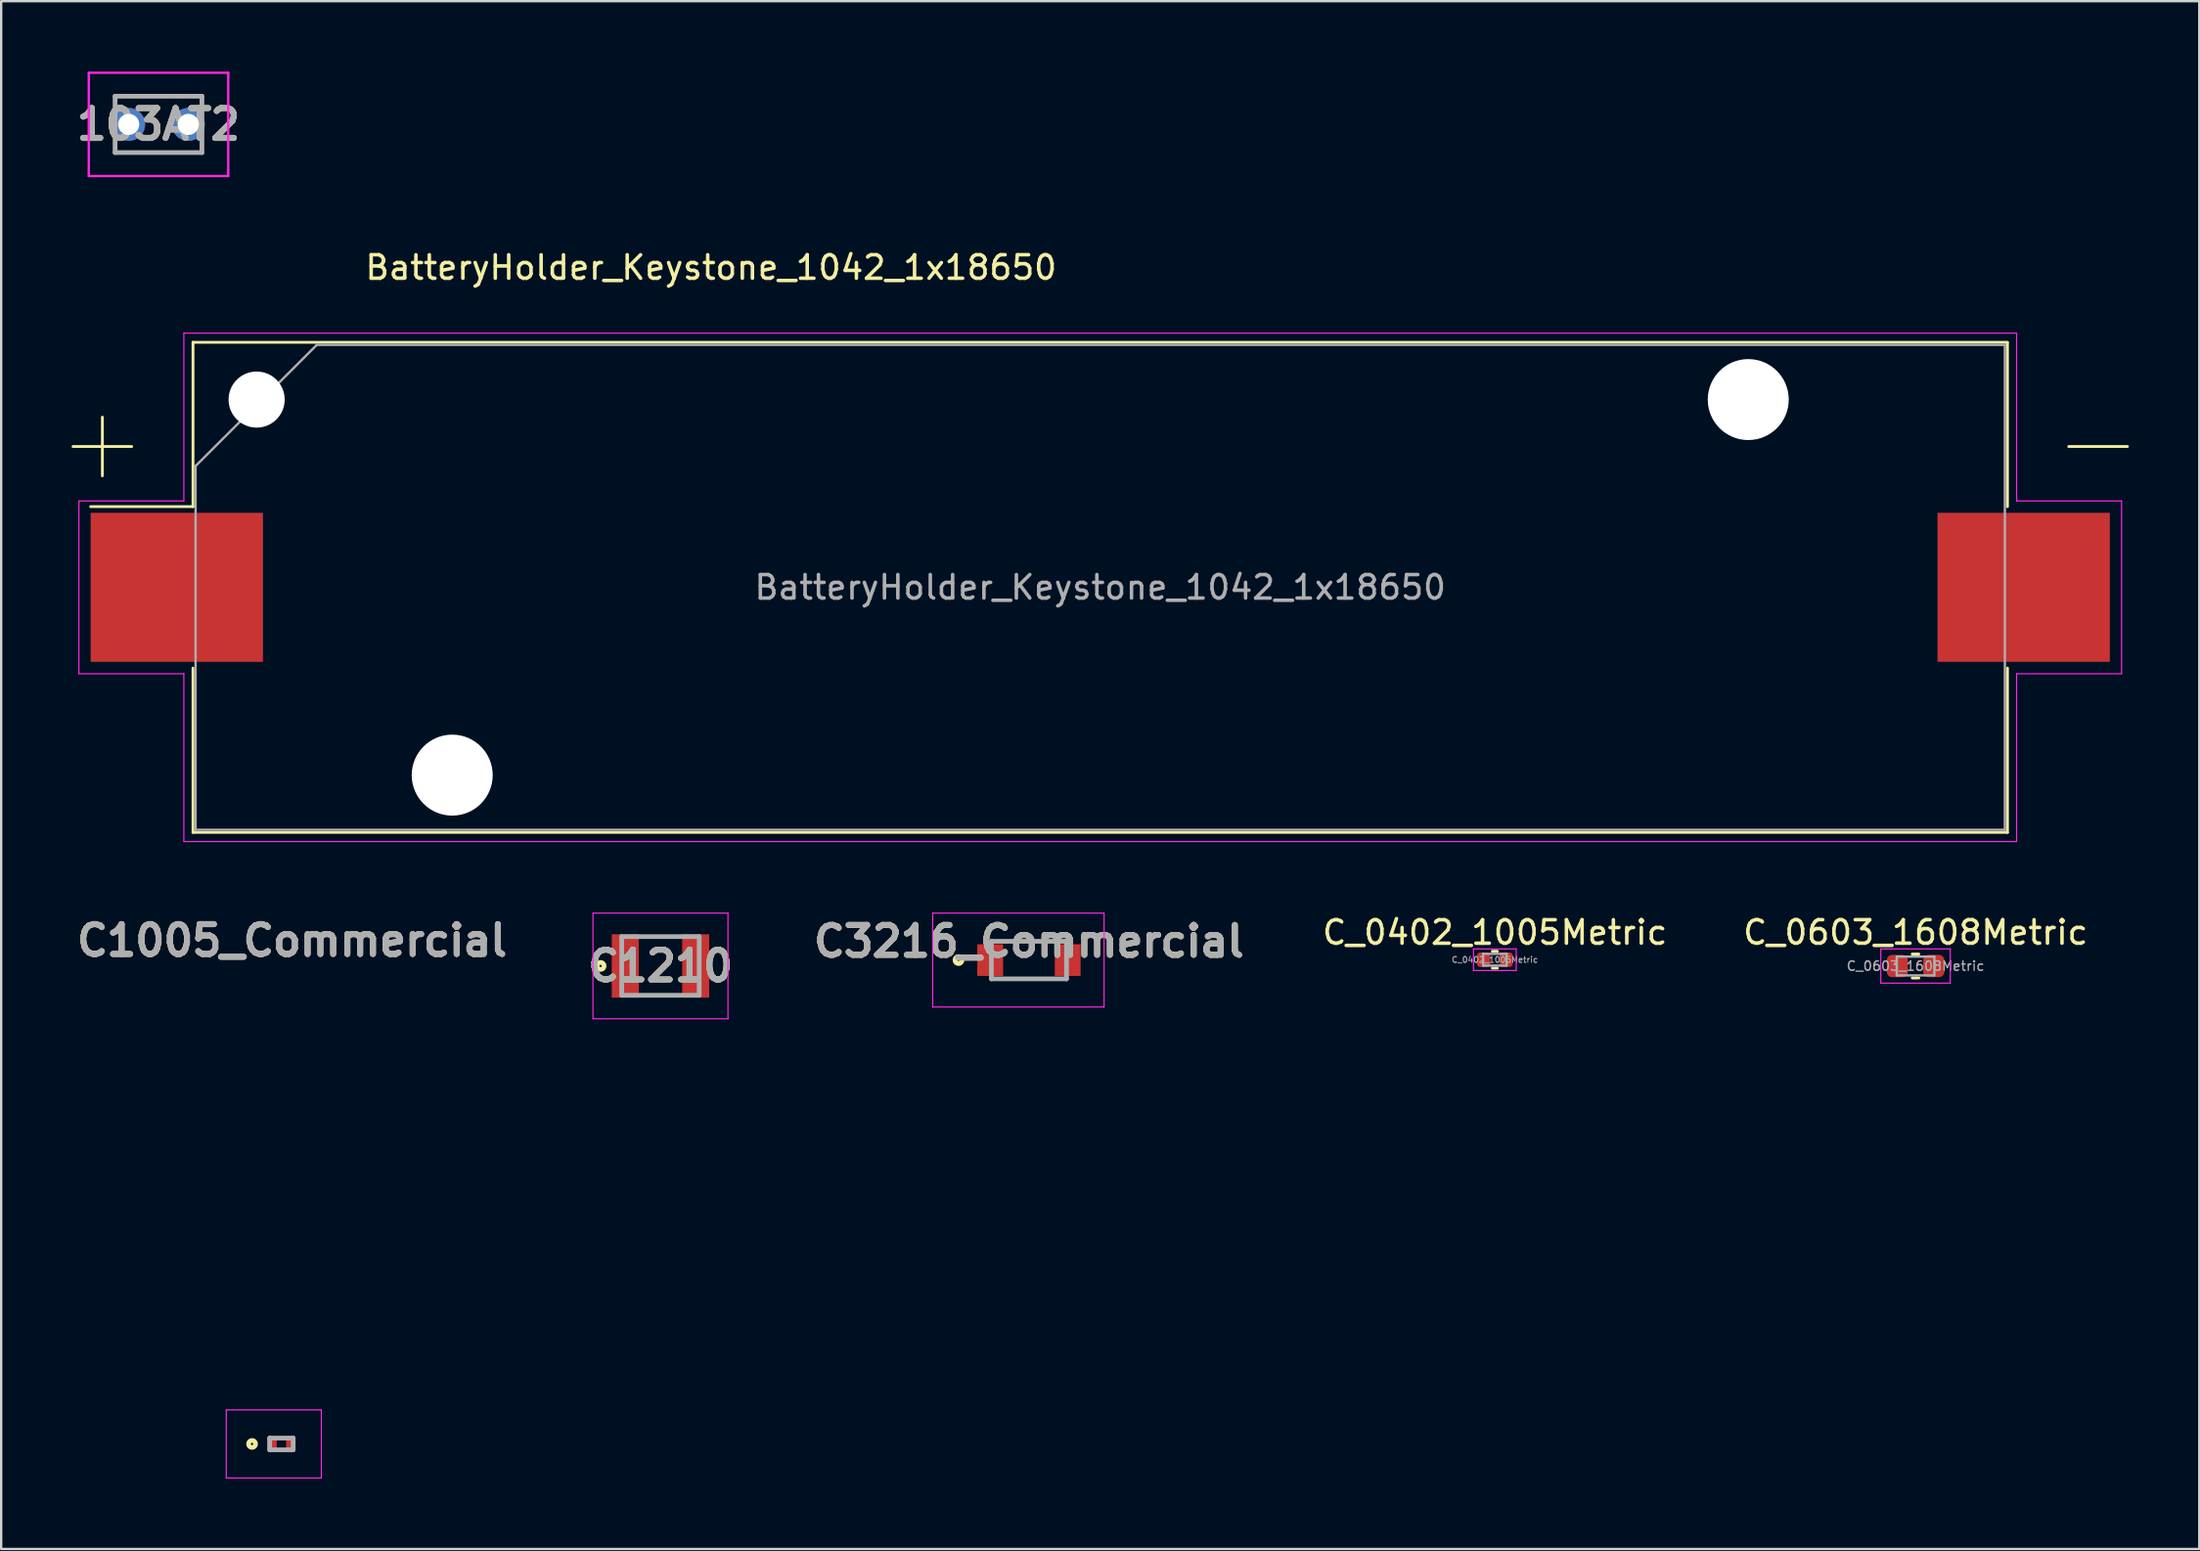
<source format=kicad_pcb>
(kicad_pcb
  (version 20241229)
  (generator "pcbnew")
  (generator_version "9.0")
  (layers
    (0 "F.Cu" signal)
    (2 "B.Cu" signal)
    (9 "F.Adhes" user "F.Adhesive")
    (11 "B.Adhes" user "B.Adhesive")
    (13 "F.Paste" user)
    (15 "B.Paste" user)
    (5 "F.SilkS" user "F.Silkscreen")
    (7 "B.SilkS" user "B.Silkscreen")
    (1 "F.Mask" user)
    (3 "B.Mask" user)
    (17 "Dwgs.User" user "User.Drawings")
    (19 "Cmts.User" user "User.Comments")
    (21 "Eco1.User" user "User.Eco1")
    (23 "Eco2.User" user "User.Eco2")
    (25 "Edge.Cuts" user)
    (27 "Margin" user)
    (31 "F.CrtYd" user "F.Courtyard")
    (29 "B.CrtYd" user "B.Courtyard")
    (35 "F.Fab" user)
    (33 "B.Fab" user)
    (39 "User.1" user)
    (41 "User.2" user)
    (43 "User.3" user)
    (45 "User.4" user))
  (footprint "BatteryHolder_Keystone_1042_1x18650"
    (layer "F.Cu")
    (at 43.81 21.973)
    (property "Reference" "BatteryHolder_Keystone_1042_1x18650" (at -16.575 -13.625 0) (layer "F.SilkS") (effects (font (size 1 1) (thickness 0.15))))
    (attr smd)
    (fp_line (start -43.75 -6) (end -41.25 -6) (stroke (width 0.12) (type solid)) (layer "F.SilkS"))
    (fp_line (start -42.5 -4.75) (end -42.5 -7.25) (stroke (width 0.12) (type solid)) (layer "F.SilkS"))
    (fp_line (start -38.64 -10.44) (end -38.64 -3.44) (stroke (width 0.12) (type solid)) (layer "F.SilkS"))
    (fp_line (start -38.64 -3.44) (end -43 -3.44) (stroke (width 0.12) (type solid)) (layer "F.SilkS"))
    (fp_line (start -38.64 10.44) (end -38.64 3.44) (stroke (width 0.12) (type solid)) (layer "F.SilkS"))
    (fp_line (start 38.64 -10.44) (end -38.64 -10.44) (stroke (width 0.12) (type solid)) (layer "F.SilkS"))
    (fp_line (start 38.64 -3.44) (end 38.64 -10.42) (stroke (width 0.12) (type solid)) (layer "F.SilkS"))
    (fp_line (start 38.64 3.44) (end 38.64 10.44) (stroke (width 0.12) (type solid)) (layer "F.SilkS"))
    (fp_line (start 38.64 10.44) (end -38.64 10.44) (stroke (width 0.12) (type solid)) (layer "F.SilkS"))
    (fp_line (start 43.75 -6) (end 41.25 -6) (stroke (width 0.12) (type solid)) (layer "F.SilkS"))
    (fp_line (start -43.5 -3.68) (end -39.03 -3.68) (stroke (width 0.05) (type solid)) (layer "F.CrtYd"))
    (fp_line (start -43.5 3.68) (end -43.5 -3.68) (stroke (width 0.05) (type solid)) (layer "F.CrtYd"))
    (fp_line (start -39.03 -10.83) (end -39.03 -3.68) (stroke (width 0.05) (type solid)) (layer "F.CrtYd"))
    (fp_line (start -39.03 -10.83) (end 39.03 -10.83) (stroke (width 0.05) (type solid)) (layer "F.CrtYd"))
    (fp_line (start -39.03 3.68) (end -43.5 3.68) (stroke (width 0.05) (type solid)) (layer "F.CrtYd"))
    (fp_line (start -39.03 10.83) (end -39.03 3.68) (stroke (width 0.05) (type solid)) (layer "F.CrtYd"))
    (fp_line (start -39.03 10.83) (end 39.03 10.83) (stroke (width 0.05) (type solid)) (layer "F.CrtYd"))
    (fp_line (start 39.03 -10.83) (end 39.03 -3.68) (stroke (width 0.05) (type solid)) (layer "F.CrtYd"))
    (fp_line (start 39.03 3.68) (end 43.5 3.68) (stroke (width 0.05) (type solid)) (layer "F.CrtYd"))
    (fp_line (start 39.03 10.83) (end 39.03 3.68) (stroke (width 0.05) (type solid)) (layer "F.CrtYd"))
    (fp_line (start 43.5 -3.68) (end 39.03 -3.68) (stroke (width 0.05) (type solid)) (layer "F.CrtYd"))
    (fp_line (start 43.5 3.68) (end 43.5 -3.68) (stroke (width 0.05) (type solid)) (layer "F.CrtYd"))
    (fp_line (start -38.53 -5.168) (end -38.53 10.33) (stroke (width 0.1) (type solid)) (layer "F.Fab"))
    (fp_line (start -38.53 10.33) (end 38.53 10.33) (stroke (width 0.1) (type solid)) (layer "F.Fab"))
    (fp_line (start -33.367 -10.33) (end -38.53 -5.168) (stroke (width 0.1) (type solid)) (layer "F.Fab"))
    (fp_line (start -33.367 -10.33) (end 38.53 -10.33) (stroke (width 0.1) (type solid)) (layer "F.Fab"))
    (fp_line (start 38.53 -10.33) (end 38.53 10.33) (stroke (width 0.1) (type solid)) (layer "F.Fab"))
    (fp_text user "${REFERENCE}" (at 0 0 0) (layer "F.Fab") (effects (font (size 1 1) (thickness 0.15))))
    (pad "" np_thru_hole circle (at -35.93 -8 180) (size 2.39 2.39) (drill 2.39) (layers "*.Cu" "*.Mask"))
    (pad "" np_thru_hole circle (at -27.6 8 180) (size 3.45 3.45) (drill 3.45) (layers "*.Cu" "*.Mask"))
    (pad "" np_thru_hole circle (at 27.6 -8 180) (size 3.45 3.45) (drill 3.45) (layers "*.Cu" "*.Mask"))
    (pad "1" smd rect (at -39.33 0 180) (size 7.34 6.35) (layers "F.Cu" "F.Mask" "F.Paste"))
    (pad "2" smd rect (at 39.33 0 180) (size 7.34 6.35) (layers "F.Cu" "F.Mask" "F.Paste")))
  (footprint "103AT2"
    (layer "F.Cu")
    (at 3.701 2.25)
    (property "Reference" "103AT2" (at 0 0 0) (layer "F.SilkS") (effects (font (size 1.27 1.27) (thickness 0.254))))
    (attr through_hole)
    (fp_line (start -1.85 -1.2) (end 1.85 -1.2) (stroke (width 0.1) (type solid)) (layer "F.SilkS"))
    (fp_line (start -1.85 -1) (end -1.85 -1.2) (stroke (width 0.1) (type solid)) (layer "F.SilkS"))
    (fp_line (start -1.85 1) (end -1.85 1.2) (stroke (width 0.1) (type solid)) (layer "F.SilkS"))
    (fp_line (start -1.85 1.2) (end 1.85 1.2) (stroke (width 0.1) (type solid)) (layer "F.SilkS"))
    (fp_line (start 1.85 -1.2) (end 1.85 -1) (stroke (width 0.1) (type solid)) (layer "F.SilkS"))
    (fp_line (start 1.85 1.2) (end 1.85 1) (stroke (width 0.1) (type solid)) (layer "F.SilkS"))
    (fp_line (start -2.97 -2.2) (end 2.97 -2.2) (stroke (width 0.1) (type solid)) (layer "F.CrtYd"))
    (fp_line (start -2.97 2.2) (end -2.97 -2.2) (stroke (width 0.1) (type solid)) (layer "F.CrtYd"))
    (fp_line (start 2.97 -2.2) (end 2.97 2.2) (stroke (width 0.1) (type solid)) (layer "F.CrtYd"))
    (fp_line (start 2.97 2.2) (end -2.97 2.2) (stroke (width 0.1) (type solid)) (layer "F.CrtYd"))
    (fp_line (start -1.85 -1.2) (end 1.85 -1.2) (stroke (width 0.2) (type solid)) (layer "F.Fab"))
    (fp_line (start -1.85 1.2) (end -1.85 -1.2) (stroke (width 0.2) (type solid)) (layer "F.Fab"))
    (fp_line (start 1.85 -1.2) (end 1.85 1.2) (stroke (width 0.2) (type solid)) (layer "F.Fab"))
    (fp_line (start 1.85 1.2) (end -1.85 1.2) (stroke (width 0.2) (type solid)) (layer "F.Fab"))
    (fp_text user "${REFERENCE}" (at 0 0 0) (layer "F.Fab") (effects (font (size 1.27 1.27) (thickness 0.254))))
    (pad "1" thru_hole circle (at -1.27 0) (size 1.4 1.4) (drill 0.9) (layers "*.Cu" "*.Mask"))
    (pad "2" thru_hole circle (at 1.27 0) (size 1.4 1.4) (drill 0.9) (layers "*.Cu" "*.Mask")))
  (footprint "C_0402_1005Metric"
    (layer "F.Cu")
    (at 60.618 37.837)
    (property "Reference" "C_0402_1005Metric" (at 0 -1.16 0) (layer "F.SilkS") (effects (font (size 1 1) (thickness 0.15))))
    (attr smd)
    (fp_line (start -0.108 -0.36) (end 0.108 -0.36) (stroke (width 0.12) (type solid)) (layer "F.SilkS"))
    (fp_line (start -0.108 0.36) (end 0.108 0.36) (stroke (width 0.12) (type solid)) (layer "F.SilkS"))
    (fp_line (start -0.91 -0.46) (end 0.91 -0.46) (stroke (width 0.05) (type solid)) (layer "F.CrtYd"))
    (fp_line (start -0.91 0.46) (end -0.91 -0.46) (stroke (width 0.05) (type solid)) (layer "F.CrtYd"))
    (fp_line (start 0.91 -0.46) (end 0.91 0.46) (stroke (width 0.05) (type solid)) (layer "F.CrtYd"))
    (fp_line (start 0.91 0.46) (end -0.91 0.46) (stroke (width 0.05) (type solid)) (layer "F.CrtYd"))
    (fp_line (start -0.5 -0.25) (end 0.5 -0.25) (stroke (width 0.1) (type solid)) (layer "F.Fab"))
    (fp_line (start -0.5 0.25) (end -0.5 -0.25) (stroke (width 0.1) (type solid)) (layer "F.Fab"))
    (fp_line (start 0.5 -0.25) (end 0.5 0.25) (stroke (width 0.1) (type solid)) (layer "F.Fab"))
    (fp_line (start 0.5 0.25) (end -0.5 0.25) (stroke (width 0.1) (type solid)) (layer "F.Fab"))
    (fp_text user "${REFERENCE}" (at 0 0 0) (layer "F.Fab") (effects (font (size 0.25 0.25) (thickness 0.04))))
    (pad "1" smd roundrect (at -0.48 0) (size 0.56 0.62) (layers "F.Cu" "F.Mask" "F.Paste") (roundrect_rratio 0.25))
    (pad "2" smd roundrect (at 0.48 0) (size 0.56 0.62) (layers "F.Cu" "F.Mask" "F.Paste") (roundrect_rratio 0.25)))
  (footprint "C_0603_1608Metric"
    (layer "F.Cu")
    (at 78.535 38.106)
    (property "Reference" "C_0603_1608Metric" (at 0 -1.43 0) (layer "F.SilkS") (effects (font (size 1 1) (thickness 0.15))))
    (attr smd)
    (fp_line (start -0.141 -0.51) (end 0.141 -0.51) (stroke (width 0.12) (type solid)) (layer "F.SilkS"))
    (fp_line (start -0.141 0.51) (end 0.141 0.51) (stroke (width 0.12) (type solid)) (layer "F.SilkS"))
    (fp_line (start -1.48 -0.73) (end 1.48 -0.73) (stroke (width 0.05) (type solid)) (layer "F.CrtYd"))
    (fp_line (start -1.48 0.73) (end -1.48 -0.73) (stroke (width 0.05) (type solid)) (layer "F.CrtYd"))
    (fp_line (start 1.48 -0.73) (end 1.48 0.73) (stroke (width 0.05) (type solid)) (layer "F.CrtYd"))
    (fp_line (start 1.48 0.73) (end -1.48 0.73) (stroke (width 0.05) (type solid)) (layer "F.CrtYd"))
    (fp_line (start -0.8 -0.4) (end 0.8 -0.4) (stroke (width 0.1) (type solid)) (layer "F.Fab"))
    (fp_line (start -0.8 0.4) (end -0.8 -0.4) (stroke (width 0.1) (type solid)) (layer "F.Fab"))
    (fp_line (start 0.8 -0.4) (end 0.8 0.4) (stroke (width 0.1) (type solid)) (layer "F.Fab"))
    (fp_line (start 0.8 0.4) (end -0.8 0.4) (stroke (width 0.1) (type solid)) (layer "F.Fab"))
    (fp_text user "${REFERENCE}" (at 0 0 0) (layer "F.Fab") (effects (font (size 0.4 0.4) (thickness 0.06))))
    (pad "1" smd roundrect (at -0.775 0) (size 0.9 0.95) (layers "F.Cu" "F.Mask" "F.Paste") (roundrect_rratio 0.25))
    (pad "2" smd roundrect (at 0.775 0) (size 0.9 0.95) (layers "F.Cu" "F.Mask" "F.Paste") (roundrect_rratio 0.25)))
  (footprint "C1210"
    (layer "F.Cu")
    (at 25.08 38.103)
    (property "Reference" "C1210" (at 0 0 180) (layer "F.SilkS") (effects (font (size 1.27 1.27) (thickness 0.254))))
    (attr smd)
    (fp_circle (center -2.55 0) (end -2.55 0.05) (stroke (width 0.2) (type solid)) (fill no) (layer "F.SilkS"))
    (fp_line (start -2.875 -2.25) (end 2.875 -2.25) (stroke (width 0.05) (type solid)) (layer "F.CrtYd"))
    (fp_line (start -2.875 2.25) (end -2.875 -2.25) (stroke (width 0.05) (type solid)) (layer "F.CrtYd"))
    (fp_line (start 2.875 -2.25) (end 2.875 2.25) (stroke (width 0.05) (type solid)) (layer "F.CrtYd"))
    (fp_line (start 2.875 2.25) (end -2.875 2.25) (stroke (width 0.05) (type solid)) (layer "F.CrtYd"))
    (fp_line (start -1.65 -1.25) (end 1.65 -1.25) (stroke (width 0.2) (type solid)) (layer "F.Fab"))
    (fp_line (start -1.65 1.25) (end -1.65 -1.25) (stroke (width 0.2) (type solid)) (layer "F.Fab"))
    (fp_line (start 1.65 -1.25) (end 1.65 1.25) (stroke (width 0.2) (type solid)) (layer "F.Fab"))
    (fp_line (start 1.65 1.25) (end -1.65 1.25) (stroke (width 0.2) (type solid)) (layer "F.Fab"))
    (fp_text user "${REFERENCE}" (at 0 0 180) (layer "F.Fab") (effects (font (size 1.27 1.27) (thickness 0.254))))
    (pad "1" smd rect (at -1.5 0) (size 1.15 2.7) (layers "F.Cu" "F.Mask" "F.Paste"))
    (pad "2" smd rect (at 1.5 0) (size 1.15 2.7) (layers "F.Cu" "F.Mask" "F.Paste")))
  (footprint "C3216_Commercial"
    (layer "F.Cu")
    (at 40.774 37.853)
    (property "Reference" "C3216_Commercial" (at 0 -0.8 0) (layer "F.SilkS") (effects (font (size 1.27 1.27) (thickness 0.254))))
    (attr smd)
    (fp_circle (center -3 0) (end -3 0.05) (stroke (width 0.2) (type solid)) (fill no) (layer "F.SilkS"))
    (fp_line (start -4.1 -2) (end 3.2 -2) (stroke (width 0.05) (type solid)) (layer "F.CrtYd"))
    (fp_line (start -4.1 2) (end -4.1 -2) (stroke (width 0.05) (type solid)) (layer "F.CrtYd"))
    (fp_line (start 3.2 -2) (end 3.2 2) (stroke (width 0.05) (type solid)) (layer "F.CrtYd"))
    (fp_line (start 3.2 2) (end -4.1 2) (stroke (width 0.05) (type solid)) (layer "F.CrtYd"))
    (fp_line (start -1.6 -0.8) (end 1.6 -0.8) (stroke (width 0.2) (type solid)) (layer "F.Fab"))
    (fp_line (start -1.6 0.8) (end -1.6 -0.8) (stroke (width 0.2) (type solid)) (layer "F.Fab"))
    (fp_line (start 1.6 -0.8) (end 1.6 0.8) (stroke (width 0.2) (type solid)) (layer "F.Fab"))
    (fp_line (start 1.6 0.8) (end -1.6 0.8) (stroke (width 0.2) (type solid)) (layer "F.Fab"))
    (fp_text user "${REFERENCE}" (at 0 -0.8 0) (layer "F.Fab") (effects (font (size 1.27 1.27) (thickness 0.254))))
    (pad "1" smd rect (at -1.65 0) (size 1.1 1.35) (layers "F.Cu" "F.Mask" "F.Paste"))
    (pad "2" smd rect (at 1.65 0) (size 1.1 1.35) (layers "F.Cu" "F.Mask" "F.Paste")))
  (footprint "C1005_Commercial"
    (layer "F.Cu")
    (at 8.936 58.467)
    (property "Reference" "C1005_Commercial" (at 0.45 -21.45 180) (layer "F.SilkS") (effects (font (size 1.27 1.27) (thickness 0.254))))
    (attr smd)
    (fp_circle (center -1.25 0) (end -1.25 0.05) (stroke (width 0.2) (type solid)) (fill no) (layer "F.SilkS"))
    (fp_line (start -2.35 -1.45) (end 1.7 -1.45) (stroke (width 0.05) (type solid)) (layer "F.CrtYd"))
    (fp_line (start -2.35 1.45) (end -2.35 -1.45) (stroke (width 0.05) (type solid)) (layer "F.CrtYd"))
    (fp_line (start 1.7 -1.45) (end 1.7 1.45) (stroke (width 0.05) (type solid)) (layer "F.CrtYd"))
    (fp_line (start 1.7 1.45) (end -2.35 1.45) (stroke (width 0.05) (type solid)) (layer "F.CrtYd"))
    (fp_line (start -0.5 -0.25) (end 0.5 -0.25) (stroke (width 0.2) (type solid)) (layer "F.Fab"))
    (fp_line (start -0.5 0.25) (end -0.5 -0.25) (stroke (width 0.2) (type solid)) (layer "F.Fab"))
    (fp_line (start 0.5 -0.25) (end 0.5 0.25) (stroke (width 0.2) (type solid)) (layer "F.Fab"))
    (fp_line (start 0.5 0.25) (end -0.5 0.25) (stroke (width 0.2) (type solid)) (layer "F.Fab"))
    (fp_text user "${REFERENCE}" (at 0.45 -21.45 180) (layer "F.Fab") (effects (font (size 1.27 1.27) (thickness 0.254))))
    (pad "1" smd rect (at -0.4 0) (size 0.4 0.5) (layers "F.Cu" "F.Mask" "F.Paste"))
    (pad "2" smd rect (at 0.4 0) (size 0.4 0.5) (layers "F.Cu" "F.Mask" "F.Paste")))
  (gr_rect
    (start -3 -3)
    (end 90.62 62.942)
    (stroke (width 0.1) (type default))
    (fill no)
    (layer "Edge.Cuts")))
</source>
